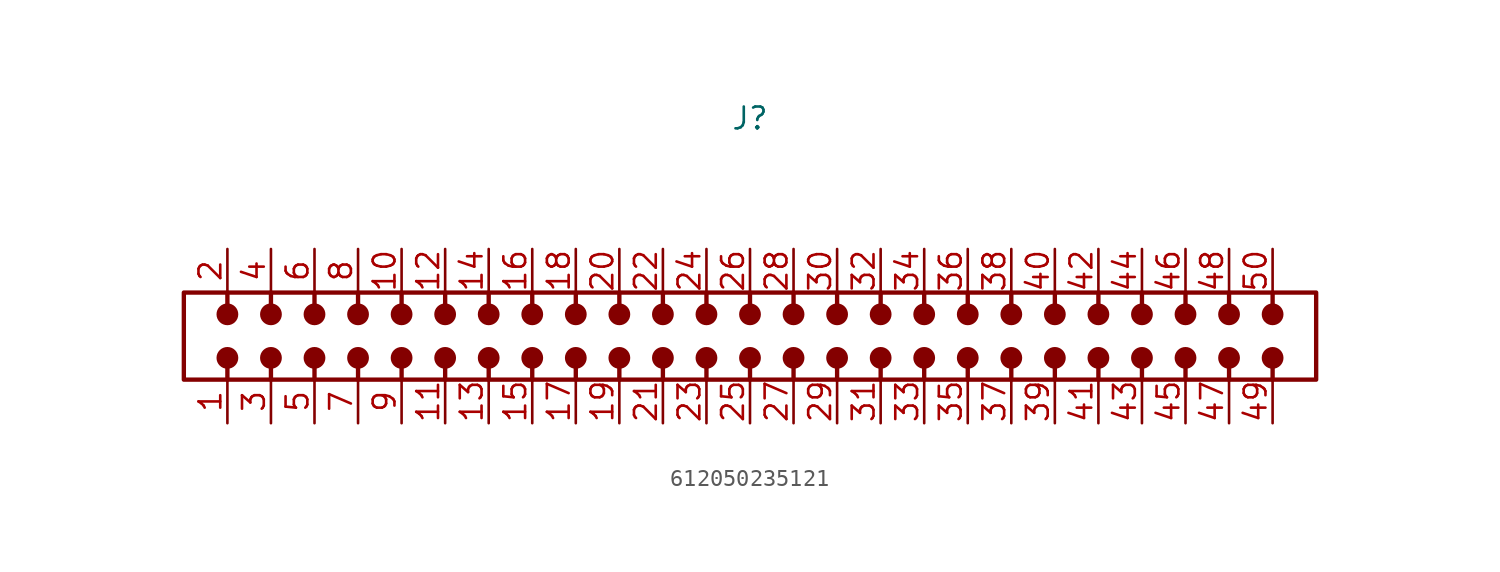
<source format=kicad_sym>
(kicad_symbol_lib
  (version 20241209)
  (generator "kicad_symbol_editor")
  (generator_version "9.0")
  (symbol "612050235121"
    (pin_names
      (hide yes))
    (property "Reference" "J"
      (at 0 12.7 0)
      (effects (font (size 1.27 1.27))))
    (symbol "612050235121_1_1"
      (rectangle (start -33.02 2.54) (end 33.02 -2.54) (stroke (width 0.254) (type solid)) (fill (type none)))
      (polyline (pts (xy -30.48 1.778) (xy -30.48 2.54)) (stroke (width 0.254) (type solid)) (fill (type none)))
      (circle (center -30.48 1.27) (radius 0.508) (stroke (width 0.254) (type solid)) (fill (type outline)))
      (circle (center -30.48 -1.27) (radius 0.508) (stroke (width 0.254) (type solid)) (fill (type outline)))
      (polyline (pts (xy -30.48 -1.778) (xy -30.48 -2.54)) (stroke (width 0.254) (type solid)) (fill (type none)))
      (polyline (pts (xy -27.94 1.778) (xy -27.94 2.54)) (stroke (width 0.254) (type solid)) (fill (type none)))
      (circle (center -27.94 1.27) (radius 0.508) (stroke (width 0.254) (type solid)) (fill (type outline)))
      (circle (center -27.94 -1.27) (radius 0.508) (stroke (width 0.254) (type solid)) (fill (type outline)))
      (polyline (pts (xy -27.94 -1.778) (xy -27.94 -2.54)) (stroke (width 0.254) (type solid)) (fill (type none)))
      (polyline (pts (xy -25.4 1.778) (xy -25.4 2.54)) (stroke (width 0.254) (type solid)) (fill (type none)))
      (circle (center -25.4 1.27) (radius 0.508) (stroke (width 0.254) (type solid)) (fill (type outline)))
      (circle (center -25.4 -1.27) (radius 0.508) (stroke (width 0.254) (type solid)) (fill (type outline)))
      (polyline (pts (xy -25.4 -1.778) (xy -25.4 -2.54)) (stroke (width 0.254) (type solid)) (fill (type none)))
      (polyline (pts (xy -22.86 1.778) (xy -22.86 2.54)) (stroke (width 0.254) (type solid)) (fill (type none)))
      (circle (center -22.86 1.27) (radius 0.508) (stroke (width 0.254) (type solid)) (fill (type outline)))
      (circle (center -22.86 -1.27) (radius 0.508) (stroke (width 0.254) (type solid)) (fill (type outline)))
      (polyline (pts (xy -22.86 -1.778) (xy -22.86 -2.54)) (stroke (width 0.254) (type solid)) (fill (type none)))
      (polyline (pts (xy -20.32 1.778) (xy -20.32 2.54)) (stroke (width 0.254) (type solid)) (fill (type none)))
      (circle (center -20.32 1.27) (radius 0.508) (stroke (width 0.254) (type solid)) (fill (type outline)))
      (circle (center -20.32 -1.27) (radius 0.508) (stroke (width 0.254) (type solid)) (fill (type outline)))
      (polyline (pts (xy -20.32 -1.778) (xy -20.32 -2.54)) (stroke (width 0.254) (type solid)) (fill (type none)))
      (polyline (pts (xy -17.78 1.778) (xy -17.78 2.54)) (stroke (width 0.254) (type solid)) (fill (type none)))
      (circle (center -17.78 1.27) (radius 0.508) (stroke (width 0.254) (type solid)) (fill (type outline)))
      (circle (center -17.78 -1.27) (radius 0.508) (stroke (width 0.254) (type solid)) (fill (type outline)))
      (polyline (pts (xy -17.78 -1.778) (xy -17.78 -2.54)) (stroke (width 0.254) (type solid)) (fill (type none)))
      (polyline (pts (xy -15.24 1.778) (xy -15.24 2.54)) (stroke (width 0.254) (type solid)) (fill (type none)))
      (circle (center -15.24 1.27) (radius 0.508) (stroke (width 0.254) (type solid)) (fill (type outline)))
      (circle (center -15.24 -1.27) (radius 0.508) (stroke (width 0.254) (type solid)) (fill (type outline)))
      (polyline (pts (xy -15.24 -1.778) (xy -15.24 -2.54)) (stroke (width 0.254) (type solid)) (fill (type none)))
      (polyline (pts (xy -12.7 1.778) (xy -12.7 2.54)) (stroke (width 0.254) (type solid)) (fill (type none)))
      (circle (center -12.7 1.27) (radius 0.508) (stroke (width 0.254) (type solid)) (fill (type outline)))
      (circle (center -12.7 -1.27) (radius 0.508) (stroke (width 0.254) (type solid)) (fill (type outline)))
      (polyline (pts (xy -12.7 -1.778) (xy -12.7 -2.54)) (stroke (width 0.254) (type solid)) (fill (type none)))
      (polyline (pts (xy -10.16 1.778) (xy -10.16 2.54)) (stroke (width 0.254) (type solid)) (fill (type none)))
      (circle (center -10.16 1.27) (radius 0.508) (stroke (width 0.254) (type solid)) (fill (type outline)))
      (circle (center -10.16 -1.27) (radius 0.508) (stroke (width 0.254) (type solid)) (fill (type outline)))
      (polyline (pts (xy -10.16 -1.778) (xy -10.16 -2.54)) (stroke (width 0.254) (type solid)) (fill (type none)))
      (polyline (pts (xy -7.62 1.778) (xy -7.62 2.54)) (stroke (width 0.254) (type solid)) (fill (type none)))
      (circle (center -7.62 1.27) (radius 0.508) (stroke (width 0.254) (type solid)) (fill (type outline)))
      (circle (center -7.62 -1.27) (radius 0.508) (stroke (width 0.254) (type solid)) (fill (type outline)))
      (polyline (pts (xy -7.62 -1.778) (xy -7.62 -2.54)) (stroke (width 0.254) (type solid)) (fill (type none)))
      (polyline (pts (xy -5.08 1.778) (xy -5.08 2.54)) (stroke (width 0.254) (type solid)) (fill (type none)))
      (circle (center -5.08 1.27) (radius 0.508) (stroke (width 0.254) (type solid)) (fill (type outline)))
      (circle (center -5.08 -1.27) (radius 0.508) (stroke (width 0.254) (type solid)) (fill (type outline)))
      (polyline (pts (xy -5.08 -1.778) (xy -5.08 -2.54)) (stroke (width 0.254) (type solid)) (fill (type none)))
      (polyline (pts (xy -2.54 1.778) (xy -2.54 2.54)) (stroke (width 0.254) (type solid)) (fill (type none)))
      (circle (center -2.54 1.27) (radius 0.508) (stroke (width 0.254) (type solid)) (fill (type outline)))
      (circle (center -2.54 -1.27) (radius 0.508) (stroke (width 0.254) (type solid)) (fill (type outline)))
      (polyline (pts (xy -2.54 -1.778) (xy -2.54 -2.54)) (stroke (width 0.254) (type solid)) (fill (type none)))
      (polyline (pts (xy 0 1.778) (xy 0 2.54)) (stroke (width 0.254) (type solid)) (fill (type none)))
      (circle (center 0 1.27) (radius 0.508) (stroke (width 0.254) (type solid)) (fill (type outline)))
      (circle (center 0 -1.27) (radius 0.508) (stroke (width 0.254) (type solid)) (fill (type outline)))
      (polyline (pts (xy 0 -1.778) (xy 0 -2.54)) (stroke (width 0.254) (type solid)) (fill (type none)))
      (polyline (pts (xy 2.54 1.778) (xy 2.54 2.54)) (stroke (width 0.254) (type solid)) (fill (type none)))
      (circle (center 2.54 1.27) (radius 0.508) (stroke (width 0.254) (type solid)) (fill (type outline)))
      (circle (center 2.54 -1.27) (radius 0.508) (stroke (width 0.254) (type solid)) (fill (type outline)))
      (polyline (pts (xy 2.54 -1.778) (xy 2.54 -2.54)) (stroke (width 0.254) (type solid)) (fill (type none)))
      (polyline (pts (xy 5.08 1.778) (xy 5.08 2.54)) (stroke (width 0.254) (type solid)) (fill (type none)))
      (circle (center 5.08 1.27) (radius 0.508) (stroke (width 0.254) (type solid)) (fill (type outline)))
      (circle (center 5.08 -1.27) (radius 0.508) (stroke (width 0.254) (type solid)) (fill (type outline)))
      (polyline (pts (xy 5.08 -1.778) (xy 5.08 -2.54)) (stroke (width 0.254) (type solid)) (fill (type none)))
      (polyline (pts (xy 7.62 1.778) (xy 7.62 2.54)) (stroke (width 0.254) (type solid)) (fill (type none)))
      (circle (center 7.62 1.27) (radius 0.508) (stroke (width 0.254) (type solid)) (fill (type outline)))
      (circle (center 7.62 -1.27) (radius 0.508) (stroke (width 0.254) (type solid)) (fill (type outline)))
      (polyline (pts (xy 7.62 -1.778) (xy 7.62 -2.54)) (stroke (width 0.254) (type solid)) (fill (type none)))
      (polyline (pts (xy 10.16 1.778) (xy 10.16 2.54)) (stroke (width 0.254) (type solid)) (fill (type none)))
      (circle (center 10.16 1.27) (radius 0.508) (stroke (width 0.254) (type solid)) (fill (type outline)))
      (circle (center 10.16 -1.27) (radius 0.508) (stroke (width 0.254) (type solid)) (fill (type outline)))
      (polyline (pts (xy 10.16 -1.778) (xy 10.16 -2.54)) (stroke (width 0.254) (type solid)) (fill (type none)))
      (polyline (pts (xy 12.7 1.778) (xy 12.7 2.54)) (stroke (width 0.254) (type solid)) (fill (type none)))
      (circle (center 12.7 1.27) (radius 0.508) (stroke (width 0.254) (type solid)) (fill (type outline)))
      (circle (center 12.7 -1.27) (radius 0.508) (stroke (width 0.254) (type solid)) (fill (type outline)))
      (polyline (pts (xy 12.7 -1.778) (xy 12.7 -2.54)) (stroke (width 0.254) (type solid)) (fill (type none)))
      (polyline (pts (xy 15.24 1.778) (xy 15.24 2.54)) (stroke (width 0.254) (type solid)) (fill (type none)))
      (circle (center 15.24 1.27) (radius 0.508) (stroke (width 0.254) (type solid)) (fill (type outline)))
      (circle (center 15.24 -1.27) (radius 0.508) (stroke (width 0.254) (type solid)) (fill (type outline)))
      (polyline (pts (xy 15.24 -1.778) (xy 15.24 -2.54)) (stroke (width 0.254) (type solid)) (fill (type none)))
      (polyline (pts (xy 17.78 1.778) (xy 17.78 2.54)) (stroke (width 0.254) (type solid)) (fill (type none)))
      (circle (center 17.78 1.27) (radius 0.508) (stroke (width 0.254) (type solid)) (fill (type outline)))
      (circle (center 17.78 -1.27) (radius 0.508) (stroke (width 0.254) (type solid)) (fill (type outline)))
      (polyline (pts (xy 17.78 -1.778) (xy 17.78 -2.54)) (stroke (width 0.254) (type solid)) (fill (type none)))
      (polyline (pts (xy 20.32 1.778) (xy 20.32 2.54)) (stroke (width 0.254) (type solid)) (fill (type none)))
      (circle (center 20.32 1.27) (radius 0.508) (stroke (width 0.254) (type solid)) (fill (type outline)))
      (circle (center 20.32 -1.27) (radius 0.508) (stroke (width 0.254) (type solid)) (fill (type outline)))
      (polyline (pts (xy 20.32 -1.778) (xy 20.32 -2.54)) (stroke (width 0.254) (type solid)) (fill (type none)))
      (polyline (pts (xy 22.86 1.778) (xy 22.86 2.54)) (stroke (width 0.254) (type solid)) (fill (type none)))
      (circle (center 22.86 1.27) (radius 0.508) (stroke (width 0.254) (type solid)) (fill (type outline)))
      (circle (center 22.86 -1.27) (radius 0.508) (stroke (width 0.254) (type solid)) (fill (type outline)))
      (polyline (pts (xy 22.86 -1.778) (xy 22.86 -2.54)) (stroke (width 0.254) (type solid)) (fill (type none)))
      (polyline (pts (xy 25.4 1.778) (xy 25.4 2.54)) (stroke (width 0.254) (type solid)) (fill (type none)))
      (circle (center 25.4 1.27) (radius 0.508) (stroke (width 0.254) (type solid)) (fill (type outline)))
      (circle (center 25.4 -1.27) (radius 0.508) (stroke (width 0.254) (type solid)) (fill (type outline)))
      (polyline (pts (xy 25.4 -1.778) (xy 25.4 -2.54)) (stroke (width 0.254) (type solid)) (fill (type none)))
      (polyline (pts (xy 27.94 1.778) (xy 27.94 2.54)) (stroke (width 0.254) (type solid)) (fill (type none)))
      (circle (center 27.94 1.27) (radius 0.508) (stroke (width 0.254) (type solid)) (fill (type outline)))
      (circle (center 27.94 -1.27) (radius 0.508) (stroke (width 0.254) (type solid)) (fill (type outline)))
      (polyline (pts (xy 27.94 -1.778) (xy 27.94 -2.54)) (stroke (width 0.254) (type solid)) (fill (type none)))
      (polyline (pts (xy 30.48 1.778) (xy 30.48 2.54)) (stroke (width 0.254) (type solid)) (fill (type none)))
      (circle (center 30.48 1.27) (radius 0.508) (stroke (width 0.254) (type solid)) (fill (type outline)))
      (circle (center 30.48 -1.27) (radius 0.508) (stroke (width 0.254) (type solid)) (fill (type outline)))
      (polyline (pts (xy 30.48 -1.778) (xy 30.48 -2.54)) (stroke (width 0.254) (type solid)) (fill (type none)))
      (pin passive line (at -30.48 5.08 270) (length 2.54) (name "2" (effects (font (size 1.27 1.27)))) (number "2" (effects (font (size 1.27 1.27)))))
      (pin passive line (at -30.48 -5.08 90) (length 2.54) (name "1" (effects (font (size 1.27 1.27)))) (number "1" (effects (font (size 1.27 1.27)))))
      (pin passive line (at -27.94 5.08 270) (length 2.54) (name "4" (effects (font (size 1.27 1.27)))) (number "4" (effects (font (size 1.27 1.27)))))
      (pin passive line (at -27.94 -5.08 90) (length 2.54) (name "3" (effects (font (size 1.27 1.27)))) (number "3" (effects (font (size 1.27 1.27)))))
      (pin passive line (at -25.4 5.08 270) (length 2.54) (name "6" (effects (font (size 1.27 1.27)))) (number "6" (effects (font (size 1.27 1.27)))))
      (pin passive line (at -25.4 -5.08 90) (length 2.54) (name "5" (effects (font (size 1.27 1.27)))) (number "5" (effects (font (size 1.27 1.27)))))
      (pin passive line (at -22.86 5.08 270) (length 2.54) (name "8" (effects (font (size 1.27 1.27)))) (number "8" (effects (font (size 1.27 1.27)))))
      (pin passive line (at -22.86 -5.08 90) (length 2.54) (name "7" (effects (font (size 1.27 1.27)))) (number "7" (effects (font (size 1.27 1.27)))))
      (pin passive line (at -20.32 5.08 270) (length 2.54) (name "10" (effects (font (size 1.27 1.27)))) (number "10" (effects (font (size 1.27 1.27)))))
      (pin passive line (at -20.32 -5.08 90) (length 2.54) (name "9" (effects (font (size 1.27 1.27)))) (number "9" (effects (font (size 1.27 1.27)))))
      (pin passive line (at -17.78 5.08 270) (length 2.54) (name "12" (effects (font (size 1.27 1.27)))) (number "12" (effects (font (size 1.27 1.27)))))
      (pin passive line (at -17.78 -5.08 90) (length 2.54) (name "11" (effects (font (size 1.27 1.27)))) (number "11" (effects (font (size 1.27 1.27)))))
      (pin passive line (at -15.24 5.08 270) (length 2.54) (name "14" (effects (font (size 1.27 1.27)))) (number "14" (effects (font (size 1.27 1.27)))))
      (pin passive line (at -15.24 -5.08 90) (length 2.54) (name "13" (effects (font (size 1.27 1.27)))) (number "13" (effects (font (size 1.27 1.27)))))
      (pin passive line (at -12.7 5.08 270) (length 2.54) (name "16" (effects (font (size 1.27 1.27)))) (number "16" (effects (font (size 1.27 1.27)))))
      (pin passive line (at -12.7 -5.08 90) (length 2.54) (name "15" (effects (font (size 1.27 1.27)))) (number "15" (effects (font (size 1.27 1.27)))))
      (pin passive line (at -10.16 5.08 270) (length 2.54) (name "18" (effects (font (size 1.27 1.27)))) (number "18" (effects (font (size 1.27 1.27)))))
      (pin passive line (at -10.16 -5.08 90) (length 2.54) (name "17" (effects (font (size 1.27 1.27)))) (number "17" (effects (font (size 1.27 1.27)))))
      (pin passive line (at -7.62 5.08 270) (length 2.54) (name "20" (effects (font (size 1.27 1.27)))) (number "20" (effects (font (size 1.27 1.27)))))
      (pin passive line (at -7.62 -5.08 90) (length 2.54) (name "19" (effects (font (size 1.27 1.27)))) (number "19" (effects (font (size 1.27 1.27)))))
      (pin passive line (at -5.08 5.08 270) (length 2.54) (name "22" (effects (font (size 1.27 1.27)))) (number "22" (effects (font (size 1.27 1.27)))))
      (pin passive line (at -5.08 -5.08 90) (length 2.54) (name "21" (effects (font (size 1.27 1.27)))) (number "21" (effects (font (size 1.27 1.27)))))
      (pin passive line (at -2.54 5.08 270) (length 2.54) (name "24" (effects (font (size 1.27 1.27)))) (number "24" (effects (font (size 1.27 1.27)))))
      (pin passive line (at -2.54 -5.08 90) (length 2.54) (name "23" (effects (font (size 1.27 1.27)))) (number "23" (effects (font (size 1.27 1.27)))))
      (pin passive line (at 0 5.08 270) (length 2.54) (name "26" (effects (font (size 1.27 1.27)))) (number "26" (effects (font (size 1.27 1.27)))))
      (pin passive line (at 0 -5.08 90) (length 2.54) (name "25" (effects (font (size 1.27 1.27)))) (number "25" (effects (font (size 1.27 1.27)))))
      (pin passive line (at 2.54 5.08 270) (length 2.54) (name "28" (effects (font (size 1.27 1.27)))) (number "28" (effects (font (size 1.27 1.27)))))
      (pin passive line (at 2.54 -5.08 90) (length 2.54) (name "27" (effects (font (size 1.27 1.27)))) (number "27" (effects (font (size 1.27 1.27)))))
      (pin passive line (at 5.08 5.08 270) (length 2.54) (name "30" (effects (font (size 1.27 1.27)))) (number "30" (effects (font (size 1.27 1.27)))))
      (pin passive line (at 5.08 -5.08 90) (length 2.54) (name "29" (effects (font (size 1.27 1.27)))) (number "29" (effects (font (size 1.27 1.27)))))
      (pin passive line (at 7.62 5.08 270) (length 2.54) (name "32" (effects (font (size 1.27 1.27)))) (number "32" (effects (font (size 1.27 1.27)))))
      (pin passive line (at 7.62 -5.08 90) (length 2.54) (name "31" (effects (font (size 1.27 1.27)))) (number "31" (effects (font (size 1.27 1.27)))))
      (pin passive line (at 10.16 5.08 270) (length 2.54) (name "34" (effects (font (size 1.27 1.27)))) (number "34" (effects (font (size 1.27 1.27)))))
      (pin passive line (at 10.16 -5.08 90) (length 2.54) (name "33" (effects (font (size 1.27 1.27)))) (number "33" (effects (font (size 1.27 1.27)))))
      (pin passive line (at 12.7 5.08 270) (length 2.54) (name "36" (effects (font (size 1.27 1.27)))) (number "36" (effects (font (size 1.27 1.27)))))
      (pin passive line (at 12.7 -5.08 90) (length 2.54) (name "35" (effects (font (size 1.27 1.27)))) (number "35" (effects (font (size 1.27 1.27)))))
      (pin passive line (at 15.24 5.08 270) (length 2.54) (name "38" (effects (font (size 1.27 1.27)))) (number "38" (effects (font (size 1.27 1.27)))))
      (pin passive line (at 15.24 -5.08 90) (length 2.54) (name "37" (effects (font (size 1.27 1.27)))) (number "37" (effects (font (size 1.27 1.27)))))
      (pin passive line (at 17.78 5.08 270) (length 2.54) (name "40" (effects (font (size 1.27 1.27)))) (number "40" (effects (font (size 1.27 1.27)))))
      (pin passive line (at 17.78 -5.08 90) (length 2.54) (name "39" (effects (font (size 1.27 1.27)))) (number "39" (effects (font (size 1.27 1.27)))))
      (pin passive line (at 20.32 5.08 270) (length 2.54) (name "42" (effects (font (size 1.27 1.27)))) (number "42" (effects (font (size 1.27 1.27)))))
      (pin passive line (at 20.32 -5.08 90) (length 2.54) (name "41" (effects (font (size 1.27 1.27)))) (number "41" (effects (font (size 1.27 1.27)))))
      (pin passive line (at 22.86 5.08 270) (length 2.54) (name "44" (effects (font (size 1.27 1.27)))) (number "44" (effects (font (size 1.27 1.27)))))
      (pin passive line (at 22.86 -5.08 90) (length 2.54) (name "43" (effects (font (size 1.27 1.27)))) (number "43" (effects (font (size 1.27 1.27)))))
      (pin passive line (at 25.4 5.08 270) (length 2.54) (name "46" (effects (font (size 1.27 1.27)))) (number "46" (effects (font (size 1.27 1.27)))))
      (pin passive line (at 25.4 -5.08 90) (length 2.54) (name "45" (effects (font (size 1.27 1.27)))) (number "45" (effects (font (size 1.27 1.27)))))
      (pin passive line (at 27.94 5.08 270) (length 2.54) (name "48" (effects (font (size 1.27 1.27)))) (number "48" (effects (font (size 1.27 1.27)))))
      (pin passive line (at 27.94 -5.08 90) (length 2.54) (name "47" (effects (font (size 1.27 1.27)))) (number "47" (effects (font (size 1.27 1.27)))))
      (pin passive line (at 30.48 5.08 270) (length 2.54) (name "50" (effects (font (size 1.27 1.27)))) (number "50" (effects (font (size 1.27 1.27)))))
      (pin passive line (at 30.48 -5.08 90) (length 2.54) (name "49" (effects (font (size 1.27 1.27)))) (number "49" (effects (font (size 1.27 1.27))))))))
</source>
